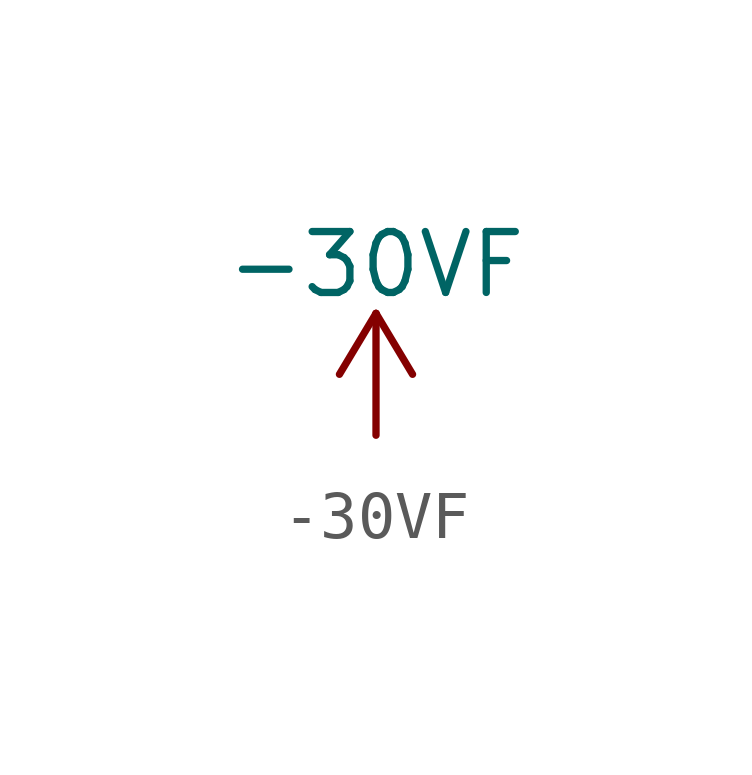
<source format=kicad_sym>
(kicad_symbol_lib
  (version 20211014)
  (generator kicad_symbol_editor)
  (symbol "-30VF"
    (power)
    (pin_names
      (offset 0))
    (property "Reference" "#PWR"
      (at 0 -3.81 0)
      (effects (font (size 1.27 1.27)) hide))
    (property "Value" "-30VF"
      (at 0 3.556 0)
      (effects (font (size 1.27 1.27))))
    (symbol "-30VF_0_1"
      (polyline (pts (xy -0.762 1.27) (xy 0 2.54)) (stroke (width 0) (type default) (color 0 0 0 0)) (fill (type none)))
      (polyline (pts (xy 0 0) (xy 0 2.54)) (stroke (width 0) (type default) (color 0 0 0 0)) (fill (type none)))
      (polyline (pts (xy 0 2.54) (xy 0.762 1.27)) (stroke (width 0) (type default) (color 0 0 0 0)) (fill (type none))))
    (symbol "-30VF_1_1"
      (pin power_in line (at 0 0 90) (length 0) hide (name "-30VF" (effects (font (size 1.27 1.27)))) (number "1" (effects (font (size 1.27 1.27))))))))
</source>
